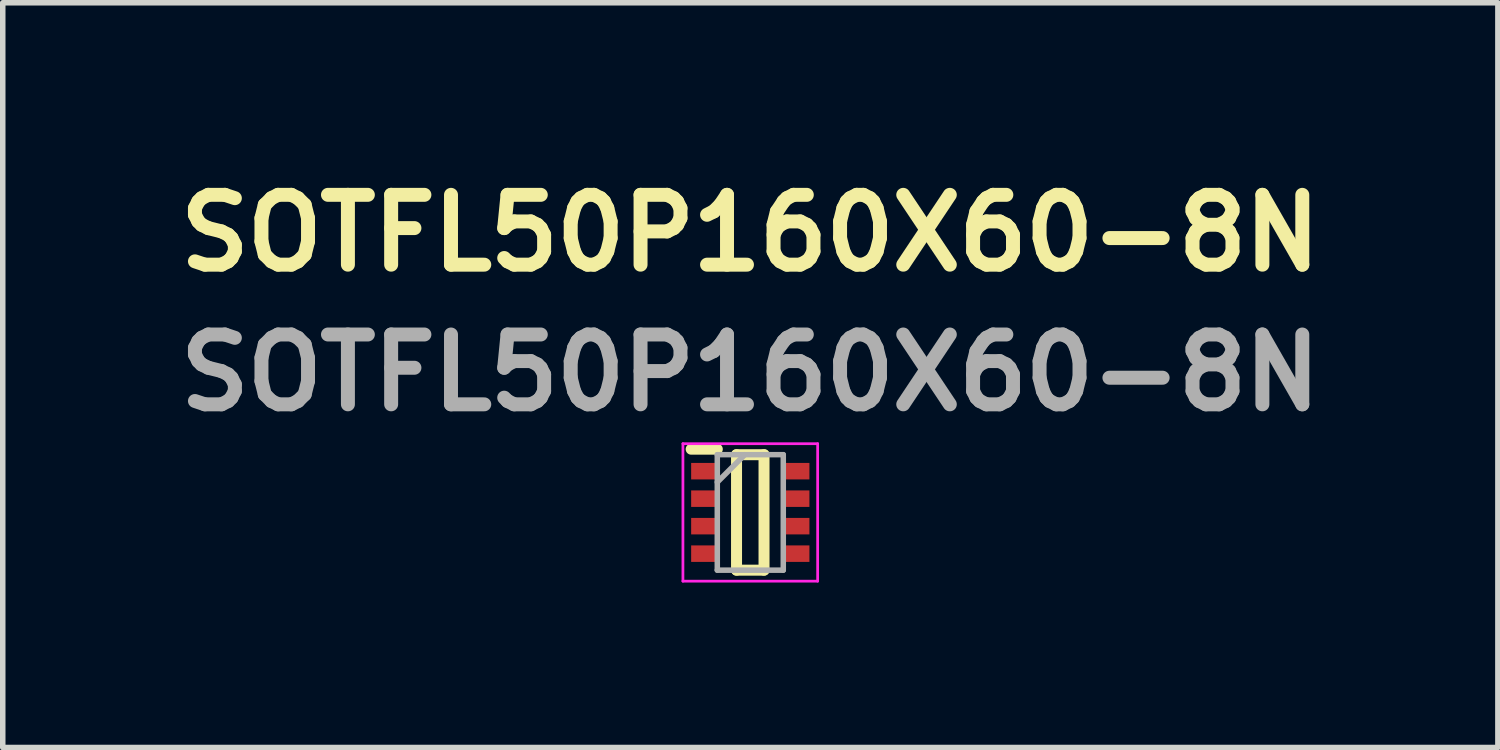
<source format=kicad_pcb>
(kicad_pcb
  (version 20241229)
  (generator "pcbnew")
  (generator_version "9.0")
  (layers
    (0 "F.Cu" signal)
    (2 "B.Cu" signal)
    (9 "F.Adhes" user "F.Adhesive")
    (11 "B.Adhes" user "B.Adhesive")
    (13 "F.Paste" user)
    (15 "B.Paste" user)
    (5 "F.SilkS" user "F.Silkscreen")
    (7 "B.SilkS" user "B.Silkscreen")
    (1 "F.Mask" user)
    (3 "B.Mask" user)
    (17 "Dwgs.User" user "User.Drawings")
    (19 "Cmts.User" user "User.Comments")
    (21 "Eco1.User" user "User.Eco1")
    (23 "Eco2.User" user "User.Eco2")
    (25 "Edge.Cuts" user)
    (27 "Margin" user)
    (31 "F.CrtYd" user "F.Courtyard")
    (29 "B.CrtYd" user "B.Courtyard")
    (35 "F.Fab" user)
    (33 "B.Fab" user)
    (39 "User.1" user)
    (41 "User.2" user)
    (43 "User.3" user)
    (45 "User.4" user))
  (footprint "SOTFL50P160X60-8N"
    (layer "F.Cu")
    (at 10.595 6.269)
    (property "Reference" "SOTFL50P160X60-8N" (at 0 -5.08 0) (layer "F.SilkS") (effects (font (size 1.27 1.27) (thickness 0.254))))
    (attr smd)
    (fp_line (start -1.075 -1.15) (end -0.6 -1.15) (stroke (width 0.2) (type solid)) (layer "F.SilkS"))
    (fp_line (start -0.25 -1.05) (end 0.25 -1.05) (stroke (width 0.2) (type solid)) (layer "F.SilkS"))
    (fp_line (start -0.25 1.05) (end -0.25 -1.05) (stroke (width 0.2) (type solid)) (layer "F.SilkS"))
    (fp_line (start 0.25 -1.05) (end 0.25 1.05) (stroke (width 0.2) (type solid)) (layer "F.SilkS"))
    (fp_line (start 0.25 1.05) (end -0.25 1.05) (stroke (width 0.2) (type solid)) (layer "F.SilkS"))
    (fp_line (start -1.225 -1.25) (end 1.225 -1.25) (stroke (width 0.05) (type solid)) (layer "F.CrtYd"))
    (fp_line (start -1.225 1.25) (end -1.225 -1.25) (stroke (width 0.05) (type solid)) (layer "F.CrtYd"))
    (fp_line (start 1.225 -1.25) (end 1.225 1.25) (stroke (width 0.05) (type solid)) (layer "F.CrtYd"))
    (fp_line (start 1.225 1.25) (end -1.225 1.25) (stroke (width 0.05) (type solid)) (layer "F.CrtYd"))
    (fp_line (start -0.6 -1.05) (end 0.6 -1.05) (stroke (width 0.1) (type solid)) (layer "F.Fab"))
    (fp_line (start -0.6 -0.55) (end -0.1 -1.05) (stroke (width 0.1) (type solid)) (layer "F.Fab"))
    (fp_line (start -0.6 1.05) (end -0.6 -1.05) (stroke (width 0.1) (type solid)) (layer "F.Fab"))
    (fp_line (start 0.6 -1.05) (end 0.6 1.05) (stroke (width 0.1) (type solid)) (layer "F.Fab"))
    (fp_line (start 0.6 1.05) (end -0.6 1.05) (stroke (width 0.1) (type solid)) (layer "F.Fab"))
    (fp_text user "${REFERENCE}" (at 0 -2.54 0) (layer "F.Fab") (effects (font (size 1.27 1.27) (thickness 0.254))))
    (pad "1" smd rect (at -0.838 -0.75 90) (size 0.3 0.475) (layers "F.Cu" "F.Mask" "F.Paste"))
    (pad "2" smd rect (at -0.838 -0.25 90) (size 0.3 0.475) (layers "F.Cu" "F.Mask" "F.Paste"))
    (pad "3" smd rect (at -0.838 0.25 90) (size 0.3 0.475) (layers "F.Cu" "F.Mask" "F.Paste"))
    (pad "4" smd rect (at -0.838 0.75 90) (size 0.3 0.475) (layers "F.Cu" "F.Mask" "F.Paste"))
    (pad "5" smd rect (at 0.838 0.75 90) (size 0.3 0.475) (layers "F.Cu" "F.Mask" "F.Paste"))
    (pad "6" smd rect (at 0.838 0.25 90) (size 0.3 0.475) (layers "F.Cu" "F.Mask" "F.Paste"))
    (pad "7" smd rect (at 0.838 -0.25 90) (size 0.3 0.475) (layers "F.Cu" "F.Mask" "F.Paste"))
    (pad "8" smd rect (at 0.838 -0.75 90) (size 0.3 0.475) (layers "F.Cu" "F.Mask" "F.Paste")))
  (gr_rect
    (start -3 -3)
    (end 24.191 10.544)
    (stroke (width 0.1) (type default))
    (fill no)
    (layer "Edge.Cuts")))
</source>
